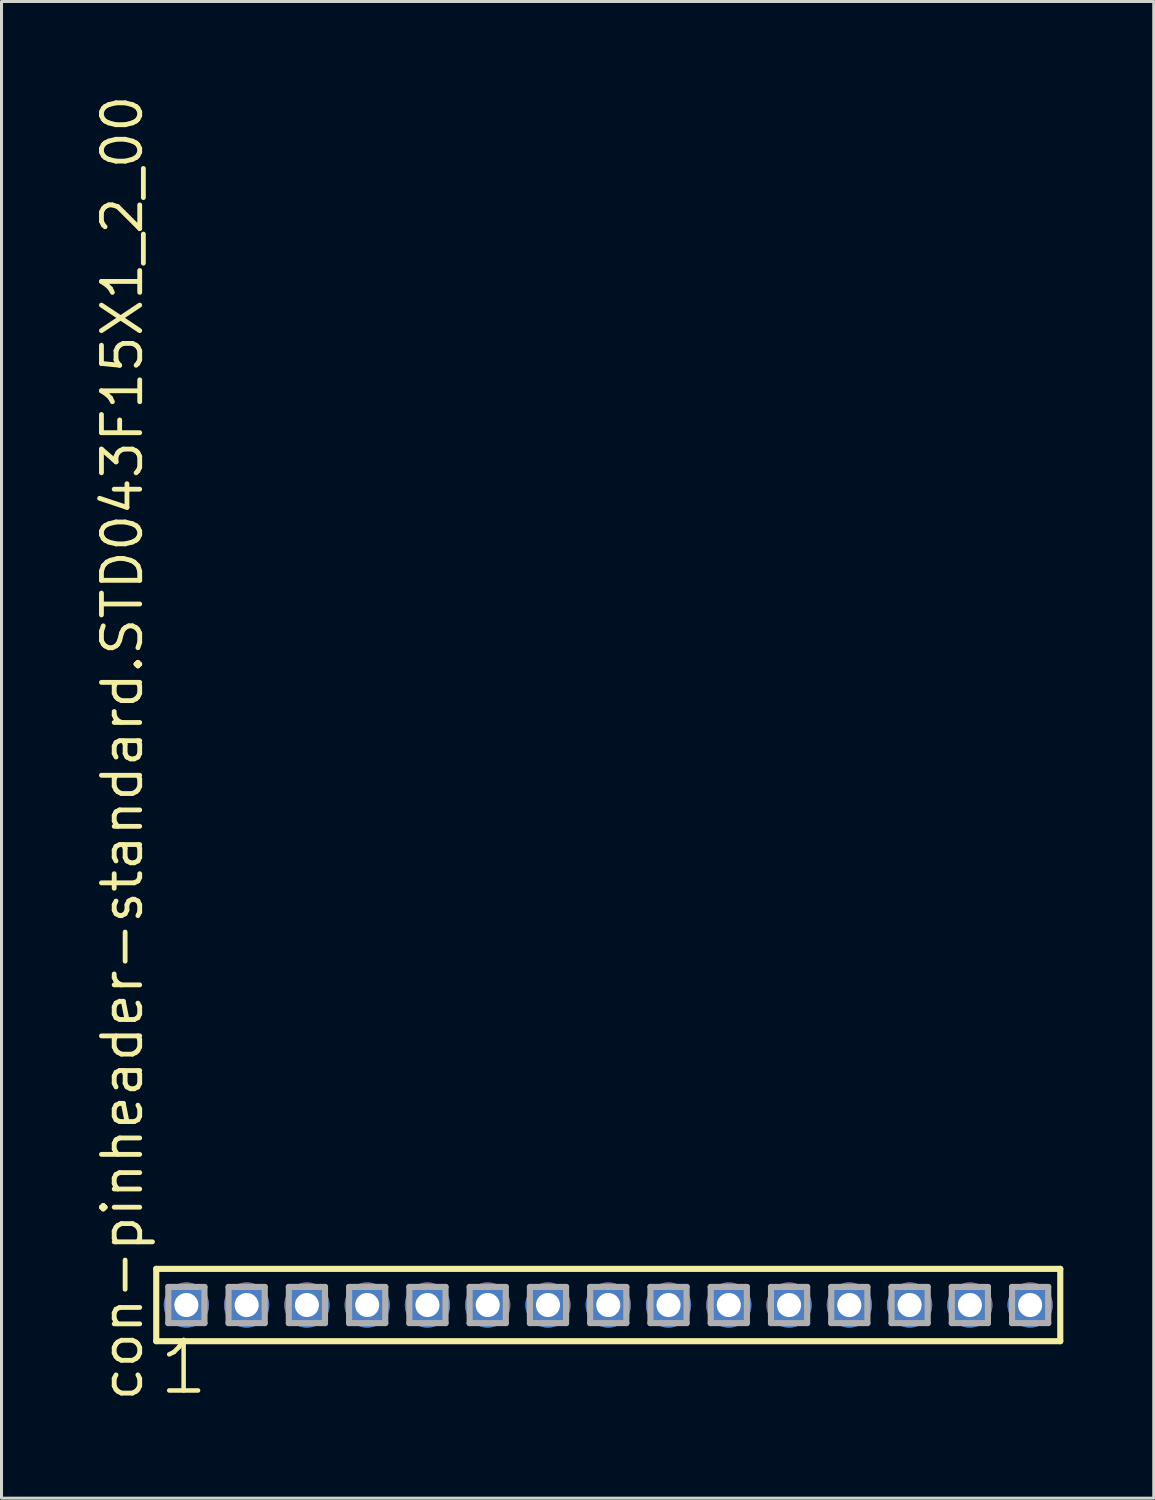
<source format=kicad_pcb>
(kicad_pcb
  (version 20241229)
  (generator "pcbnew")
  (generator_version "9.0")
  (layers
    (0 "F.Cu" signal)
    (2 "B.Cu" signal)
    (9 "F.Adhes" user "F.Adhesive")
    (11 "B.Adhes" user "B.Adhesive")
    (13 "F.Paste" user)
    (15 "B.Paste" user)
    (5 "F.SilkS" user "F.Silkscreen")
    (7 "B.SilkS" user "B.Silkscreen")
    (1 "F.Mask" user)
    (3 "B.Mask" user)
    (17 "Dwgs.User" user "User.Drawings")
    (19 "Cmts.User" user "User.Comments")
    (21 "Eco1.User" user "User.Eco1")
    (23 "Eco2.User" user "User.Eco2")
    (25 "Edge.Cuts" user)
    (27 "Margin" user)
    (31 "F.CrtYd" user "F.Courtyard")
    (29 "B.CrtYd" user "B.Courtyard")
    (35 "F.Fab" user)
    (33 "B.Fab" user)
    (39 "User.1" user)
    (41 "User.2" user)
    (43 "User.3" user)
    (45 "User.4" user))
  (footprint "con-pinheader-standard.STD043F15X1_2_00"
    (layer "F.Cu")
    (at 17.135 40.257)
    (property "Reference" "con-pinheader-standard.STD043F15X1_2_00" (at -15.385 3.27 90) (layer "F.SilkS") (effects (font (size 1.27 1.27) (thickness 0.16)) (justify left bottom)))
    (attr through_hole)
    (fp_line (start -15 -1.2) (end 15 -1.2) (stroke (width 0.203) (type default)) (layer "F.SilkS"))
    (fp_line (start -15 1.2) (end -15 -1.2) (stroke (width 0.203) (type default)) (layer "F.SilkS"))
    (fp_line (start 15 -1.2) (end 15 1.2) (stroke (width 0.203) (type default)) (layer "F.SilkS"))
    (fp_line (start 15 1.2) (end -15 1.2) (stroke (width 0.203) (type default)) (layer "F.SilkS"))
    (fp_line (start -14.6 -0.6) (end -13.4 -0.6) (stroke (width 0.203) (type default)) (layer "F.Fab"))
    (fp_line (start -14.6 0.6) (end -14.6 -0.6) (stroke (width 0.203) (type default)) (layer "F.Fab"))
    (fp_line (start -13.4 -0.6) (end -13.4 0.6) (stroke (width 0.203) (type default)) (layer "F.Fab"))
    (fp_line (start -13.4 0.6) (end -14.6 0.6) (stroke (width 0.203) (type default)) (layer "F.Fab"))
    (fp_line (start -12.6 -0.6) (end -11.4 -0.6) (stroke (width 0.203) (type default)) (layer "F.Fab"))
    (fp_line (start -12.6 0.6) (end -12.6 -0.6) (stroke (width 0.203) (type default)) (layer "F.Fab"))
    (fp_line (start -11.4 -0.6) (end -11.4 0.6) (stroke (width 0.203) (type default)) (layer "F.Fab"))
    (fp_line (start -11.4 0.6) (end -12.6 0.6) (stroke (width 0.203) (type default)) (layer "F.Fab"))
    (fp_line (start -10.6 -0.6) (end -9.4 -0.6) (stroke (width 0.203) (type default)) (layer "F.Fab"))
    (fp_line (start -10.6 0.6) (end -10.6 -0.6) (stroke (width 0.203) (type default)) (layer "F.Fab"))
    (fp_line (start -9.4 -0.6) (end -9.4 0.6) (stroke (width 0.203) (type default)) (layer "F.Fab"))
    (fp_line (start -9.4 0.6) (end -10.6 0.6) (stroke (width 0.203) (type default)) (layer "F.Fab"))
    (fp_line (start -8.6 -0.6) (end -7.4 -0.6) (stroke (width 0.203) (type default)) (layer "F.Fab"))
    (fp_line (start -8.6 0.6) (end -8.6 -0.6) (stroke (width 0.203) (type default)) (layer "F.Fab"))
    (fp_line (start -7.4 -0.6) (end -7.4 0.6) (stroke (width 0.203) (type default)) (layer "F.Fab"))
    (fp_line (start -7.4 0.6) (end -8.6 0.6) (stroke (width 0.203) (type default)) (layer "F.Fab"))
    (fp_line (start -6.6 -0.6) (end -5.4 -0.6) (stroke (width 0.203) (type default)) (layer "F.Fab"))
    (fp_line (start -6.6 0.6) (end -6.6 -0.6) (stroke (width 0.203) (type default)) (layer "F.Fab"))
    (fp_line (start -5.4 -0.6) (end -5.4 0.6) (stroke (width 0.203) (type default)) (layer "F.Fab"))
    (fp_line (start -5.4 0.6) (end -6.6 0.6) (stroke (width 0.203) (type default)) (layer "F.Fab"))
    (fp_line (start -4.6 -0.6) (end -3.4 -0.6) (stroke (width 0.203) (type default)) (layer "F.Fab"))
    (fp_line (start -4.6 0.6) (end -4.6 -0.6) (stroke (width 0.203) (type default)) (layer "F.Fab"))
    (fp_line (start -3.4 -0.6) (end -3.4 0.6) (stroke (width 0.203) (type default)) (layer "F.Fab"))
    (fp_line (start -3.4 0.6) (end -4.6 0.6) (stroke (width 0.203) (type default)) (layer "F.Fab"))
    (fp_line (start -2.6 -0.6) (end -1.4 -0.6) (stroke (width 0.203) (type default)) (layer "F.Fab"))
    (fp_line (start -2.6 0.6) (end -2.6 -0.6) (stroke (width 0.203) (type default)) (layer "F.Fab"))
    (fp_line (start -1.4 -0.6) (end -1.4 0.6) (stroke (width 0.203) (type default)) (layer "F.Fab"))
    (fp_line (start -1.4 0.6) (end -2.6 0.6) (stroke (width 0.203) (type default)) (layer "F.Fab"))
    (fp_line (start -0.6 -0.6) (end 0.6 -0.6) (stroke (width 0.203) (type default)) (layer "F.Fab"))
    (fp_line (start -0.6 0.6) (end -0.6 -0.6) (stroke (width 0.203) (type default)) (layer "F.Fab"))
    (fp_line (start 0.6 -0.6) (end 0.6 0.6) (stroke (width 0.203) (type default)) (layer "F.Fab"))
    (fp_line (start 0.6 0.6) (end -0.6 0.6) (stroke (width 0.203) (type default)) (layer "F.Fab"))
    (fp_line (start 1.4 -0.6) (end 2.6 -0.6) (stroke (width 0.203) (type default)) (layer "F.Fab"))
    (fp_line (start 1.4 0.6) (end 1.4 -0.6) (stroke (width 0.203) (type default)) (layer "F.Fab"))
    (fp_line (start 2.6 -0.6) (end 2.6 0.6) (stroke (width 0.203) (type default)) (layer "F.Fab"))
    (fp_line (start 2.6 0.6) (end 1.4 0.6) (stroke (width 0.203) (type default)) (layer "F.Fab"))
    (fp_line (start 3.4 -0.6) (end 4.6 -0.6) (stroke (width 0.203) (type default)) (layer "F.Fab"))
    (fp_line (start 3.4 0.6) (end 3.4 -0.6) (stroke (width 0.203) (type default)) (layer "F.Fab"))
    (fp_line (start 4.6 -0.6) (end 4.6 0.6) (stroke (width 0.203) (type default)) (layer "F.Fab"))
    (fp_line (start 4.6 0.6) (end 3.4 0.6) (stroke (width 0.203) (type default)) (layer "F.Fab"))
    (fp_line (start 5.4 -0.6) (end 6.6 -0.6) (stroke (width 0.203) (type default)) (layer "F.Fab"))
    (fp_line (start 5.4 0.6) (end 5.4 -0.6) (stroke (width 0.203) (type default)) (layer "F.Fab"))
    (fp_line (start 6.6 -0.6) (end 6.6 0.6) (stroke (width 0.203) (type default)) (layer "F.Fab"))
    (fp_line (start 6.6 0.6) (end 5.4 0.6) (stroke (width 0.203) (type default)) (layer "F.Fab"))
    (fp_line (start 7.4 -0.6) (end 8.6 -0.6) (stroke (width 0.203) (type default)) (layer "F.Fab"))
    (fp_line (start 7.4 0.6) (end 7.4 -0.6) (stroke (width 0.203) (type default)) (layer "F.Fab"))
    (fp_line (start 8.6 -0.6) (end 8.6 0.6) (stroke (width 0.203) (type default)) (layer "F.Fab"))
    (fp_line (start 8.6 0.6) (end 7.4 0.6) (stroke (width 0.203) (type default)) (layer "F.Fab"))
    (fp_line (start 9.4 -0.6) (end 10.6 -0.6) (stroke (width 0.203) (type default)) (layer "F.Fab"))
    (fp_line (start 9.4 0.6) (end 9.4 -0.6) (stroke (width 0.203) (type default)) (layer "F.Fab"))
    (fp_line (start 10.6 -0.6) (end 10.6 0.6) (stroke (width 0.203) (type default)) (layer "F.Fab"))
    (fp_line (start 10.6 0.6) (end 9.4 0.6) (stroke (width 0.203) (type default)) (layer "F.Fab"))
    (fp_line (start 11.4 -0.6) (end 12.6 -0.6) (stroke (width 0.203) (type default)) (layer "F.Fab"))
    (fp_line (start 11.4 0.6) (end 11.4 -0.6) (stroke (width 0.203) (type default)) (layer "F.Fab"))
    (fp_line (start 12.6 -0.6) (end 12.6 0.6) (stroke (width 0.203) (type default)) (layer "F.Fab"))
    (fp_line (start 12.6 0.6) (end 11.4 0.6) (stroke (width 0.203) (type default)) (layer "F.Fab"))
    (fp_line (start 13.4 -0.6) (end 14.6 -0.6) (stroke (width 0.203) (type default)) (layer "F.Fab"))
    (fp_line (start 13.4 0.6) (end 13.4 -0.6) (stroke (width 0.203) (type default)) (layer "F.Fab"))
    (fp_line (start 14.6 -0.6) (end 14.6 0.6) (stroke (width 0.203) (type default)) (layer "F.Fab"))
    (fp_line (start 14.6 0.6) (end 13.4 0.6) (stroke (width 0.203) (type default)) (layer "F.Fab"))
    (fp_text user "1" (at -14.988 3.048 0) (layer "F.SilkS") (effects (font (size 1.676 1.676) (thickness 0.15)) (justify left bottom)))
    (pad "1" thru_hole circle (at -14 0) (size 1.5 1.5) (drill 0.8) (layers "*.Cu" "*.Mask"))
    (pad "2" thru_hole circle (at -12 0) (size 1.5 1.5) (drill 0.8) (layers "*.Cu" "*.Mask"))
    (pad "3" thru_hole circle (at -10 0) (size 1.5 1.5) (drill 0.8) (layers "*.Cu" "*.Mask"))
    (pad "4" thru_hole circle (at -8 0) (size 1.5 1.5) (drill 0.8) (layers "*.Cu" "*.Mask"))
    (pad "5" thru_hole circle (at -6 0) (size 1.5 1.5) (drill 0.8) (layers "*.Cu" "*.Mask"))
    (pad "6" thru_hole circle (at -4 0) (size 1.5 1.5) (drill 0.8) (layers "*.Cu" "*.Mask"))
    (pad "7" thru_hole circle (at -2 0) (size 1.5 1.5) (drill 0.8) (layers "*.Cu" "*.Mask"))
    (pad "8" thru_hole circle (at 0 0) (size 1.5 1.5) (drill 0.8) (layers "*.Cu" "*.Mask"))
    (pad "9" thru_hole circle (at 2 0) (size 1.5 1.5) (drill 0.8) (layers "*.Cu" "*.Mask"))
    (pad "10" thru_hole circle (at 4 0) (size 1.5 1.5) (drill 0.8) (layers "*.Cu" "*.Mask"))
    (pad "11" thru_hole circle (at 6 0) (size 1.5 1.5) (drill 0.8) (layers "*.Cu" "*.Mask"))
    (pad "12" thru_hole circle (at 8 0) (size 1.5 1.5) (drill 0.8) (layers "*.Cu" "*.Mask"))
    (pad "13" thru_hole circle (at 10 0) (size 1.5 1.5) (drill 0.8) (layers "*.Cu" "*.Mask"))
    (pad "14" thru_hole circle (at 12 0) (size 1.5 1.5) (drill 0.8) (layers "*.Cu" "*.Mask"))
    (pad "15" thru_hole circle (at 14 0) (size 1.5 1.5) (drill 0.8) (layers "*.Cu" "*.Mask")))
  (gr_rect
    (start -3 -3)
    (end 35.237 46.666)
    (stroke (width 0.1) (type default))
    (fill no)
    (layer "Edge.Cuts")))
</source>
